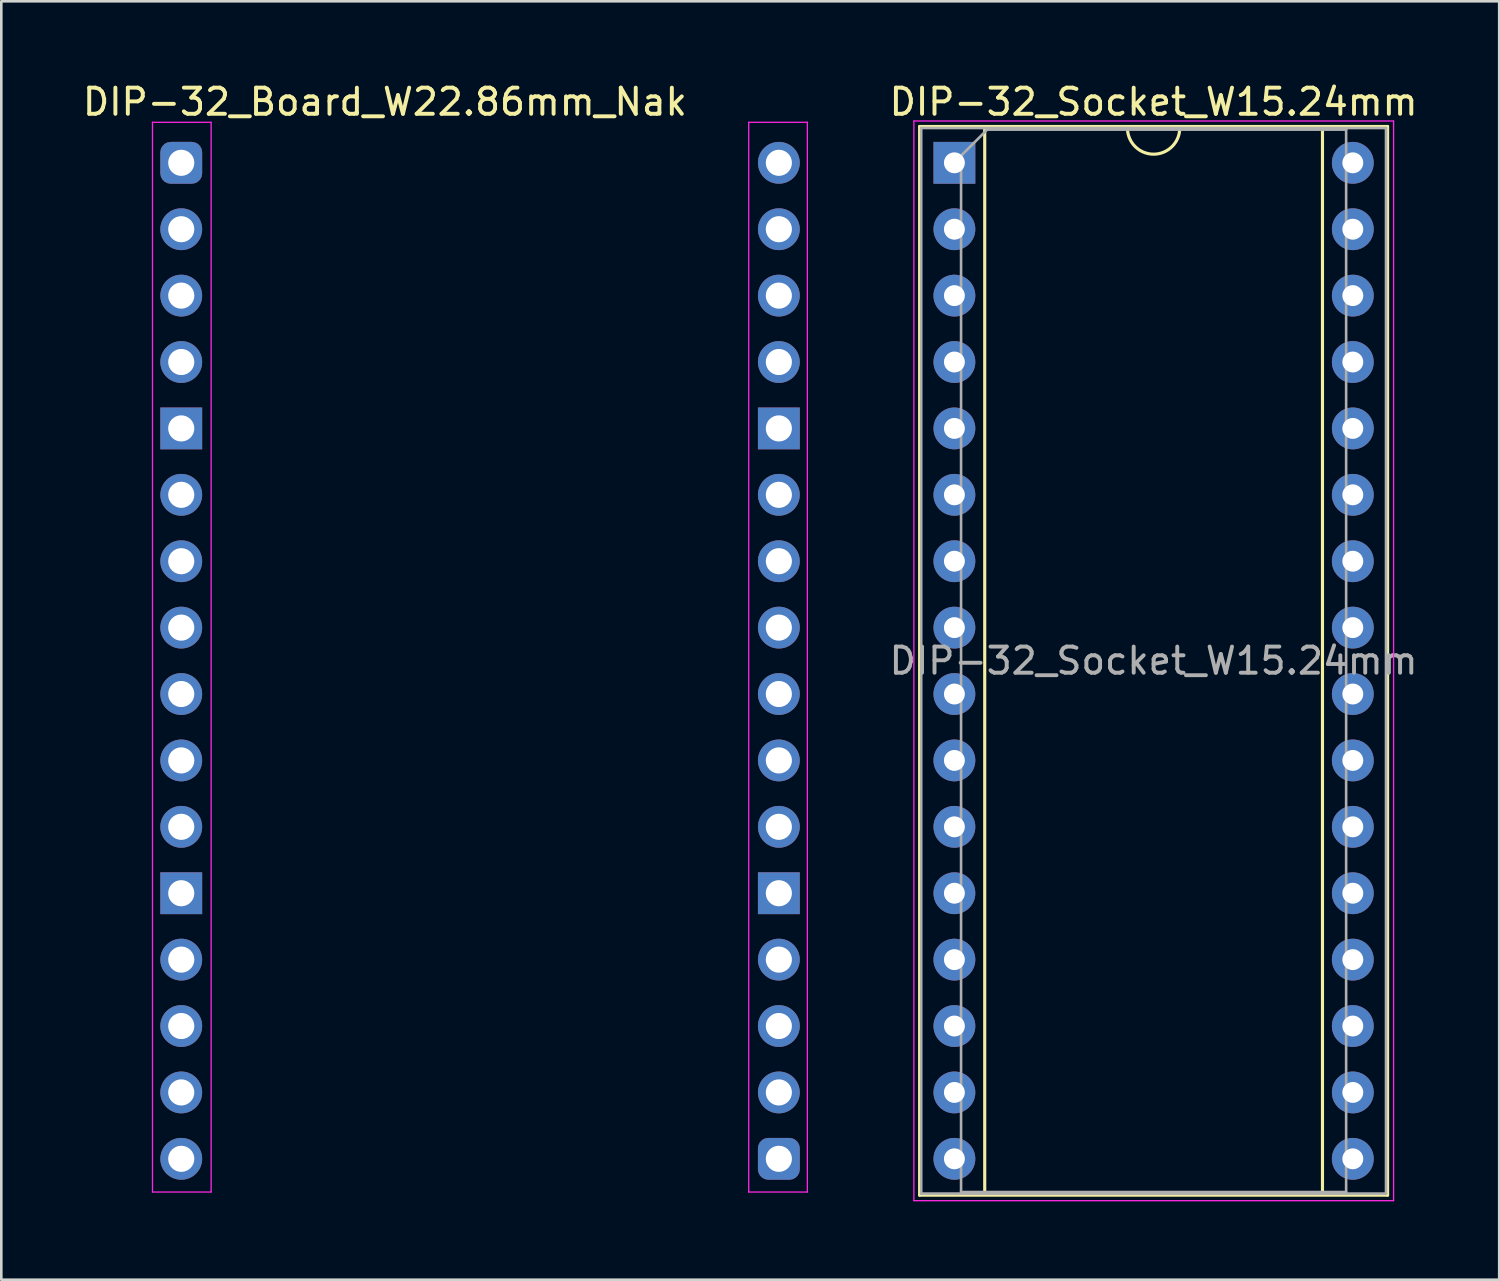
<source format=kicad_pcb>
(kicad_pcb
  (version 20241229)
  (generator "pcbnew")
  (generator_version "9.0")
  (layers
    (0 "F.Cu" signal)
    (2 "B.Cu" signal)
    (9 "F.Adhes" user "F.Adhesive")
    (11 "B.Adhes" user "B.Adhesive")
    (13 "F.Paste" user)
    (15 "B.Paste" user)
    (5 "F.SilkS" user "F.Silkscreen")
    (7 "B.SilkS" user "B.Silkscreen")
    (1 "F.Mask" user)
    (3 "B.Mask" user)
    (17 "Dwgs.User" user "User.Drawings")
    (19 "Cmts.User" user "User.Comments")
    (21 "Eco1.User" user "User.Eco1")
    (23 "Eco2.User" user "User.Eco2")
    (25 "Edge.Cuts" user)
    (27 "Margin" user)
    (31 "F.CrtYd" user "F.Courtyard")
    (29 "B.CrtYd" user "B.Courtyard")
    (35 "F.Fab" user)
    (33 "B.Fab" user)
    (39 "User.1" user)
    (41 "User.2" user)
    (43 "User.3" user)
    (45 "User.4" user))
  (footprint "DIP-32_Board_W22.86mm_Nak"
    (layer "F.Cu")
    (at 3.883 3.178)
    (property "Reference" "DIP-32_Board_W22.86mm_Nak" (at 7.79 -2.33 0) (layer "F.SilkS") (effects (font (size 1 1) (thickness 0.15))))
    (attr through_hole)
    (fp_line (start -1.1 -1.55) (end -1.1 39.37) (stroke (width 0.05) (type solid)) (layer "F.CrtYd"))
    (fp_line (start -1.1 39.37) (end 1.143 39.37) (stroke (width 0.05) (type solid)) (layer "F.CrtYd"))
    (fp_line (start 1.143 -1.55) (end -1.1 -1.55) (stroke (width 0.05) (type solid)) (layer "F.CrtYd"))
    (fp_line (start 1.143 39.37) (end 1.143 -1.55) (stroke (width 0.05) (type solid)) (layer "F.CrtYd"))
    (fp_line (start 21.707 -1.55) (end 21.707 39.37) (stroke (width 0.05) (type solid)) (layer "F.CrtYd"))
    (fp_line (start 21.707 39.37) (end 23.95 39.37) (stroke (width 0.05) (type solid)) (layer "F.CrtYd"))
    (fp_line (start 23.95 -1.55) (end 21.707 -1.55) (stroke (width 0.05) (type solid)) (layer "F.CrtYd"))
    (fp_line (start 23.95 39.37) (end 23.95 -1.55) (stroke (width 0.05) (type solid)) (layer "F.CrtYd"))
    (pad "1" thru_hole roundrect (at 0 0) (size 1.6 1.6) (drill 1) (layers "*.Cu" "*.Mask") (roundrect_rratio 0.25))
    (pad "2" thru_hole oval (at 0 2.54) (size 1.6 1.6) (drill 1) (layers "*.Cu" "*.Mask"))
    (pad "3" thru_hole oval (at 0 5.08) (size 1.6 1.6) (drill 1) (layers "*.Cu" "*.Mask"))
    (pad "4" thru_hole oval (at 0 7.62) (size 1.6 1.6) (drill 1) (layers "*.Cu" "*.Mask"))
    (pad "5" thru_hole rect (at 0 10.16) (size 1.6 1.6) (drill 1) (layers "*.Cu" "*.Mask"))
    (pad "6" thru_hole oval (at 0 12.7) (size 1.6 1.6) (drill 1) (layers "*.Cu" "*.Mask"))
    (pad "7" thru_hole oval (at 0 15.24) (size 1.6 1.6) (drill 1) (layers "*.Cu" "*.Mask"))
    (pad "8" thru_hole oval (at 0 17.78) (size 1.6 1.6) (drill 1) (layers "*.Cu" "*.Mask"))
    (pad "9" thru_hole oval (at 0 20.32) (size 1.6 1.6) (drill 1) (layers "*.Cu" "*.Mask"))
    (pad "10" thru_hole oval (at 0 22.86) (size 1.6 1.6) (drill 1) (layers "*.Cu" "*.Mask"))
    (pad "11" thru_hole oval (at 0 25.4) (size 1.6 1.6) (drill 1) (layers "*.Cu" "*.Mask"))
    (pad "12" thru_hole rect (at 0 27.94) (size 1.6 1.6) (drill 1) (layers "*.Cu" "*.Mask"))
    (pad "13" thru_hole oval (at 0 30.48) (size 1.6 1.6) (drill 1) (layers "*.Cu" "*.Mask"))
    (pad "14" thru_hole oval (at 0 33.02) (size 1.6 1.6) (drill 1) (layers "*.Cu" "*.Mask"))
    (pad "15" thru_hole oval (at 0 35.56) (size 1.6 1.6) (drill 1) (layers "*.Cu" "*.Mask"))
    (pad "16" thru_hole oval (at 0 38.1) (size 1.6 1.6) (drill 1) (layers "*.Cu" "*.Mask"))
    (pad "17" thru_hole roundrect (at 22.86 38.1) (size 1.6 1.6) (drill 1) (layers "*.Cu" "*.Mask") (roundrect_rratio 0.25))
    (pad "18" thru_hole oval (at 22.86 35.56) (size 1.6 1.6) (drill 1) (layers "*.Cu" "*.Mask"))
    (pad "19" thru_hole oval (at 22.86 33.02) (size 1.6 1.6) (drill 1) (layers "*.Cu" "*.Mask"))
    (pad "20" thru_hole oval (at 22.86 30.48) (size 1.6 1.6) (drill 1) (layers "*.Cu" "*.Mask"))
    (pad "21" thru_hole rect (at 22.86 27.94) (size 1.6 1.6) (drill 1) (layers "*.Cu" "*.Mask"))
    (pad "22" thru_hole oval (at 22.86 25.4) (size 1.6 1.6) (drill 1) (layers "*.Cu" "*.Mask"))
    (pad "23" thru_hole oval (at 22.86 22.86) (size 1.6 1.6) (drill 1) (layers "*.Cu" "*.Mask"))
    (pad "24" thru_hole oval (at 22.86 20.32) (size 1.6 1.6) (drill 1) (layers "*.Cu" "*.Mask"))
    (pad "25" thru_hole oval (at 22.86 17.78) (size 1.6 1.6) (drill 1) (layers "*.Cu" "*.Mask"))
    (pad "26" thru_hole oval (at 22.86 15.24) (size 1.6 1.6) (drill 1) (layers "*.Cu" "*.Mask"))
    (pad "27" thru_hole oval (at 22.86 12.7) (size 1.6 1.6) (drill 1) (layers "*.Cu" "*.Mask"))
    (pad "28" thru_hole rect (at 22.86 10.16) (size 1.6 1.6) (drill 1) (layers "*.Cu" "*.Mask"))
    (pad "29" thru_hole oval (at 22.86 7.62) (size 1.6 1.6) (drill 1) (layers "*.Cu" "*.Mask"))
    (pad "30" thru_hole oval (at 22.86 5.08) (size 1.6 1.6) (drill 1) (layers "*.Cu" "*.Mask"))
    (pad "31" thru_hole oval (at 22.86 2.54) (size 1.6 1.6) (drill 1) (layers "*.Cu" "*.Mask"))
    (pad "32" thru_hole oval (at 22.86 0) (size 1.6 1.6) (drill 1) (layers "*.Cu" "*.Mask")))
  (footprint "DIP-32_Socket_W15.24mm"
    (layer "F.Cu")
    (at 33.458 3.178)
    (property "Reference" "DIP-32_Socket_W15.24mm" (at 7.62 -2.33 0) (layer "F.SilkS") (effects (font (size 1 1) (thickness 0.15))))
    (attr through_hole)
    (fp_line (start -1.33 -1.39) (end -1.33 39.49) (stroke (width 0.12) (type solid)) (layer "F.SilkS"))
    (fp_line (start -1.33 39.49) (end 16.57 39.49) (stroke (width 0.12) (type solid)) (layer "F.SilkS"))
    (fp_line (start 1.16 -1.33) (end 1.16 39.43) (stroke (width 0.12) (type solid)) (layer "F.SilkS"))
    (fp_line (start 1.16 39.43) (end 14.08 39.43) (stroke (width 0.12) (type solid)) (layer "F.SilkS"))
    (fp_line (start 6.62 -1.33) (end 1.16 -1.33) (stroke (width 0.12) (type solid)) (layer "F.SilkS"))
    (fp_line (start 14.08 -1.33) (end 8.62 -1.33) (stroke (width 0.12) (type solid)) (layer "F.SilkS"))
    (fp_line (start 14.08 39.43) (end 14.08 -1.33) (stroke (width 0.12) (type solid)) (layer "F.SilkS"))
    (fp_line (start 16.57 -1.39) (end -1.33 -1.39) (stroke (width 0.12) (type solid)) (layer "F.SilkS"))
    (fp_line (start 16.57 39.49) (end 16.57 -1.39) (stroke (width 0.12) (type solid)) (layer "F.SilkS"))
    (fp_arc (start 8.62 -1.33) (mid 7.62 -0.33) (end 6.62 -1.33) (stroke (width 0.12) (type solid)) (layer "F.SilkS"))
    (fp_line (start -1.55 -1.6) (end -1.55 39.7) (stroke (width 0.05) (type solid)) (layer "F.CrtYd"))
    (fp_line (start -1.55 39.7) (end 16.8 39.7) (stroke (width 0.05) (type solid)) (layer "F.CrtYd"))
    (fp_line (start 16.8 -1.6) (end -1.55 -1.6) (stroke (width 0.05) (type solid)) (layer "F.CrtYd"))
    (fp_line (start 16.8 39.7) (end 16.8 -1.6) (stroke (width 0.05) (type solid)) (layer "F.CrtYd"))
    (fp_line (start -1.27 -1.33) (end -1.27 39.43) (stroke (width 0.1) (type solid)) (layer "F.Fab"))
    (fp_line (start -1.27 39.43) (end 16.51 39.43) (stroke (width 0.1) (type solid)) (layer "F.Fab"))
    (fp_line (start 0.255 -0.27) (end 1.255 -1.27) (stroke (width 0.1) (type solid)) (layer "F.Fab"))
    (fp_line (start 0.255 39.37) (end 0.255 -0.27) (stroke (width 0.1) (type solid)) (layer "F.Fab"))
    (fp_line (start 1.255 -1.27) (end 14.985 -1.27) (stroke (width 0.1) (type solid)) (layer "F.Fab"))
    (fp_line (start 14.985 -1.27) (end 14.985 39.37) (stroke (width 0.1) (type solid)) (layer "F.Fab"))
    (fp_line (start 14.985 39.37) (end 0.255 39.37) (stroke (width 0.1) (type solid)) (layer "F.Fab"))
    (fp_line (start 16.51 -1.33) (end -1.27 -1.33) (stroke (width 0.1) (type solid)) (layer "F.Fab"))
    (fp_line (start 16.51 39.43) (end 16.51 -1.33) (stroke (width 0.1) (type solid)) (layer "F.Fab"))
    (fp_text user "${REFERENCE}" (at 7.62 19.05 0) (layer "F.Fab") (effects (font (size 1 1) (thickness 0.15))))
    (pad "1" thru_hole rect (at 0 0) (size 1.6 1.6) (drill 0.8) (layers "*.Cu" "*.Mask"))
    (pad "2" thru_hole oval (at 0 2.54) (size 1.6 1.6) (drill 0.8) (layers "*.Cu" "*.Mask"))
    (pad "3" thru_hole oval (at 0 5.08) (size 1.6 1.6) (drill 0.8) (layers "*.Cu" "*.Mask"))
    (pad "4" thru_hole oval (at 0 7.62) (size 1.6 1.6) (drill 0.8) (layers "*.Cu" "*.Mask"))
    (pad "5" thru_hole oval (at 0 10.16) (size 1.6 1.6) (drill 0.8) (layers "*.Cu" "*.Mask"))
    (pad "6" thru_hole oval (at 0 12.7) (size 1.6 1.6) (drill 0.8) (layers "*.Cu" "*.Mask"))
    (pad "7" thru_hole oval (at 0 15.24) (size 1.6 1.6) (drill 0.8) (layers "*.Cu" "*.Mask"))
    (pad "8" thru_hole oval (at 0 17.78) (size 1.6 1.6) (drill 0.8) (layers "*.Cu" "*.Mask"))
    (pad "9" thru_hole oval (at 0 20.32) (size 1.6 1.6) (drill 0.8) (layers "*.Cu" "*.Mask"))
    (pad "10" thru_hole oval (at 0 22.86) (size 1.6 1.6) (drill 0.8) (layers "*.Cu" "*.Mask"))
    (pad "11" thru_hole oval (at 0 25.4) (size 1.6 1.6) (drill 0.8) (layers "*.Cu" "*.Mask"))
    (pad "12" thru_hole oval (at 0 27.94) (size 1.6 1.6) (drill 0.8) (layers "*.Cu" "*.Mask"))
    (pad "13" thru_hole oval (at 0 30.48) (size 1.6 1.6) (drill 0.8) (layers "*.Cu" "*.Mask"))
    (pad "14" thru_hole oval (at 0 33.02) (size 1.6 1.6) (drill 0.8) (layers "*.Cu" "*.Mask"))
    (pad "15" thru_hole oval (at 0 35.56) (size 1.6 1.6) (drill 0.8) (layers "*.Cu" "*.Mask"))
    (pad "16" thru_hole oval (at 0 38.1) (size 1.6 1.6) (drill 0.8) (layers "*.Cu" "*.Mask"))
    (pad "17" thru_hole oval (at 15.24 38.1) (size 1.6 1.6) (drill 0.8) (layers "*.Cu" "*.Mask"))
    (pad "18" thru_hole oval (at 15.24 35.56) (size 1.6 1.6) (drill 0.8) (layers "*.Cu" "*.Mask"))
    (pad "19" thru_hole oval (at 15.24 33.02) (size 1.6 1.6) (drill 0.8) (layers "*.Cu" "*.Mask"))
    (pad "20" thru_hole oval (at 15.24 30.48) (size 1.6 1.6) (drill 0.8) (layers "*.Cu" "*.Mask"))
    (pad "21" thru_hole oval (at 15.24 27.94) (size 1.6 1.6) (drill 0.8) (layers "*.Cu" "*.Mask"))
    (pad "22" thru_hole oval (at 15.24 25.4) (size 1.6 1.6) (drill 0.8) (layers "*.Cu" "*.Mask"))
    (pad "23" thru_hole oval (at 15.24 22.86) (size 1.6 1.6) (drill 0.8) (layers "*.Cu" "*.Mask"))
    (pad "24" thru_hole oval (at 15.24 20.32) (size 1.6 1.6) (drill 0.8) (layers "*.Cu" "*.Mask"))
    (pad "25" thru_hole oval (at 15.24 17.78) (size 1.6 1.6) (drill 0.8) (layers "*.Cu" "*.Mask"))
    (pad "26" thru_hole oval (at 15.24 15.24) (size 1.6 1.6) (drill 0.8) (layers "*.Cu" "*.Mask"))
    (pad "27" thru_hole oval (at 15.24 12.7) (size 1.6 1.6) (drill 0.8) (layers "*.Cu" "*.Mask"))
    (pad "28" thru_hole oval (at 15.24 10.16) (size 1.6 1.6) (drill 0.8) (layers "*.Cu" "*.Mask"))
    (pad "29" thru_hole oval (at 15.24 7.62) (size 1.6 1.6) (drill 0.8) (layers "*.Cu" "*.Mask"))
    (pad "30" thru_hole oval (at 15.24 5.08) (size 1.6 1.6) (drill 0.8) (layers "*.Cu" "*.Mask"))
    (pad "31" thru_hole oval (at 15.24 2.54) (size 1.6 1.6) (drill 0.8) (layers "*.Cu" "*.Mask"))
    (pad "32" thru_hole oval (at 15.24 0) (size 1.6 1.6) (drill 0.8) (layers "*.Cu" "*.Mask")))
  (gr_rect
    (start -3 -3)
    (end 54.298 45.903)
    (stroke (width 0.1) (type default))
    (fill no)
    (layer "Edge.Cuts")))
</source>
